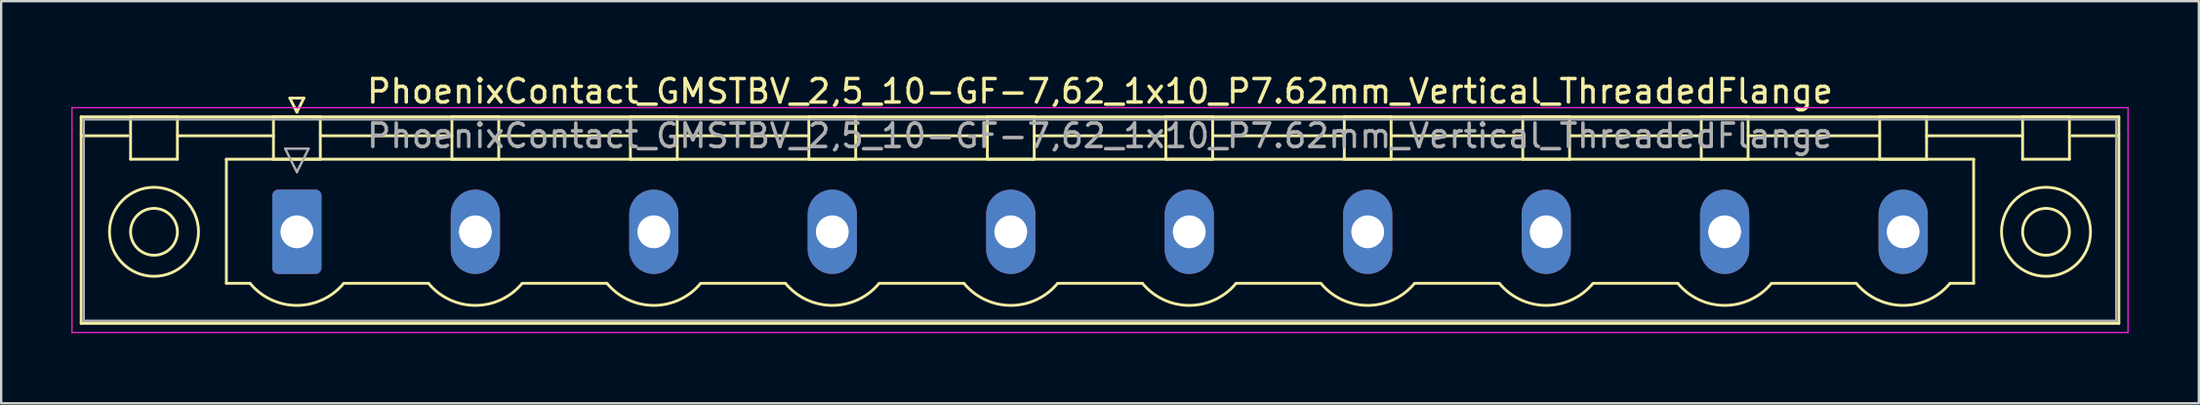
<source format=kicad_pcb>
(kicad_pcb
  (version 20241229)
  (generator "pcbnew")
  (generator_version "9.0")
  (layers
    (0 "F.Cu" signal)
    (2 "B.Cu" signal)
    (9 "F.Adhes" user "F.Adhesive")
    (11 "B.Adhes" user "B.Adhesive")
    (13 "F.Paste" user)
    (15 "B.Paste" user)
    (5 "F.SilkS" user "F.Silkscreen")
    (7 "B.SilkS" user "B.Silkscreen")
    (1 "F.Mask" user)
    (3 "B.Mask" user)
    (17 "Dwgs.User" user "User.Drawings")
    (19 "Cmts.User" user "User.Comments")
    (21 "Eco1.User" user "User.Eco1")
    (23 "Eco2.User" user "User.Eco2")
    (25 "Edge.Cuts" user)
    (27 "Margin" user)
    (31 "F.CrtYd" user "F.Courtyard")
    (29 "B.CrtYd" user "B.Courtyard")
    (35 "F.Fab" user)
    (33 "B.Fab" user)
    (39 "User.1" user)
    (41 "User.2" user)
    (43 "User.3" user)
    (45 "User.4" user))
  (footprint "PhoenixContact_GMSTBV_2,5_10-GF-7,62_1x10_P7.62mm_Vertical_ThreadedFlange"
    (layer "F.Cu")
    (at 9.625 6.848)
    (property "Reference" "PhoenixContact_GMSTBV_2,5_10-GF-7,62_1x10_P7.62mm_Vertical_ThreadedFlange" (at 34.29 -6 0) (layer "F.SilkS") (effects (font (size 1 1) (thickness 0.15))))
    (attr through_hole)
    (fp_line (start -9.21 -4.91) (end -9.21 3.91) (stroke (width 0.12) (type solid)) (layer "F.SilkS"))
    (fp_line (start -9.21 -4.1) (end -7.21 -4.1) (stroke (width 0.12) (type solid)) (layer "F.SilkS"))
    (fp_line (start -9.21 3.91) (end 77.79 3.91) (stroke (width 0.12) (type solid)) (layer "F.SilkS"))
    (fp_line (start -7.1 -4.91) (end -5.1 -4.91) (stroke (width 0.12) (type solid)) (layer "F.SilkS"))
    (fp_line (start -7.1 -3.1) (end -7.1 -4.91) (stroke (width 0.12) (type solid)) (layer "F.SilkS"))
    (fp_line (start -5.1 -4.91) (end -5.1 -3.1) (stroke (width 0.12) (type solid)) (layer "F.SilkS"))
    (fp_line (start -5.1 -4.1) (end -1 -4.1) (stroke (width 0.12) (type solid)) (layer "F.SilkS"))
    (fp_line (start -5.1 -3.1) (end -7.1 -3.1) (stroke (width 0.12) (type solid)) (layer "F.SilkS"))
    (fp_line (start -3.01 -3.1) (end 71.59 -3.1) (stroke (width 0.12) (type solid)) (layer "F.SilkS"))
    (fp_line (start -3.01 2.2) (end -3.01 -3.1) (stroke (width 0.12) (type solid)) (layer "F.SilkS"))
    (fp_line (start -2 2.2) (end -3.01 2.2) (stroke (width 0.12) (type solid)) (layer "F.SilkS"))
    (fp_line (start -1 -4.91) (end 1 -4.91) (stroke (width 0.12) (type solid)) (layer "F.SilkS"))
    (fp_line (start -1 -3.1) (end -1 -4.91) (stroke (width 0.12) (type solid)) (layer "F.SilkS"))
    (fp_line (start -0.3 -5.71) (end 0.3 -5.71) (stroke (width 0.12) (type solid)) (layer "F.SilkS"))
    (fp_line (start 0 -5.11) (end -0.3 -5.71) (stroke (width 0.12) (type solid)) (layer "F.SilkS"))
    (fp_line (start 0.3 -5.71) (end 0 -5.11) (stroke (width 0.12) (type solid)) (layer "F.SilkS"))
    (fp_line (start 1 -4.91) (end 1 -3.1) (stroke (width 0.12) (type solid)) (layer "F.SilkS"))
    (fp_line (start 1 -4.1) (end 6.62 -4.1) (stroke (width 0.12) (type solid)) (layer "F.SilkS"))
    (fp_line (start 1 -3.1) (end -1 -3.1) (stroke (width 0.12) (type solid)) (layer "F.SilkS"))
    (fp_line (start 2 2.2) (end 5.62 2.2) (stroke (width 0.12) (type solid)) (layer "F.SilkS"))
    (fp_line (start 6.62 -4.91) (end 8.62 -4.91) (stroke (width 0.12) (type solid)) (layer "F.SilkS"))
    (fp_line (start 6.62 -3.1) (end 6.62 -4.91) (stroke (width 0.12) (type solid)) (layer "F.SilkS"))
    (fp_line (start 8.62 -4.91) (end 8.62 -3.1) (stroke (width 0.12) (type solid)) (layer "F.SilkS"))
    (fp_line (start 8.62 -4.1) (end 14.24 -4.1) (stroke (width 0.12) (type solid)) (layer "F.SilkS"))
    (fp_line (start 8.62 -3.1) (end 6.62 -3.1) (stroke (width 0.12) (type solid)) (layer "F.SilkS"))
    (fp_line (start 9.62 2.2) (end 13.24 2.2) (stroke (width 0.12) (type solid)) (layer "F.SilkS"))
    (fp_line (start 14.24 -4.91) (end 16.24 -4.91) (stroke (width 0.12) (type solid)) (layer "F.SilkS"))
    (fp_line (start 14.24 -3.1) (end 14.24 -4.91) (stroke (width 0.12) (type solid)) (layer "F.SilkS"))
    (fp_line (start 16.24 -4.91) (end 16.24 -3.1) (stroke (width 0.12) (type solid)) (layer "F.SilkS"))
    (fp_line (start 16.24 -4.1) (end 21.86 -4.1) (stroke (width 0.12) (type solid)) (layer "F.SilkS"))
    (fp_line (start 16.24 -3.1) (end 14.24 -3.1) (stroke (width 0.12) (type solid)) (layer "F.SilkS"))
    (fp_line (start 17.24 2.2) (end 20.86 2.2) (stroke (width 0.12) (type solid)) (layer "F.SilkS"))
    (fp_line (start 21.86 -4.91) (end 23.86 -4.91) (stroke (width 0.12) (type solid)) (layer "F.SilkS"))
    (fp_line (start 21.86 -3.1) (end 21.86 -4.91) (stroke (width 0.12) (type solid)) (layer "F.SilkS"))
    (fp_line (start 23.86 -4.91) (end 23.86 -3.1) (stroke (width 0.12) (type solid)) (layer "F.SilkS"))
    (fp_line (start 23.86 -4.1) (end 29.48 -4.1) (stroke (width 0.12) (type solid)) (layer "F.SilkS"))
    (fp_line (start 23.86 -3.1) (end 21.86 -3.1) (stroke (width 0.12) (type solid)) (layer "F.SilkS"))
    (fp_line (start 24.86 2.2) (end 28.48 2.2) (stroke (width 0.12) (type solid)) (layer "F.SilkS"))
    (fp_line (start 29.48 -4.91) (end 31.48 -4.91) (stroke (width 0.12) (type solid)) (layer "F.SilkS"))
    (fp_line (start 29.48 -3.1) (end 29.48 -4.91) (stroke (width 0.12) (type solid)) (layer "F.SilkS"))
    (fp_line (start 31.48 -4.91) (end 31.48 -3.1) (stroke (width 0.12) (type solid)) (layer "F.SilkS"))
    (fp_line (start 31.48 -4.1) (end 37.1 -4.1) (stroke (width 0.12) (type solid)) (layer "F.SilkS"))
    (fp_line (start 31.48 -3.1) (end 29.48 -3.1) (stroke (width 0.12) (type solid)) (layer "F.SilkS"))
    (fp_line (start 32.48 2.2) (end 36.1 2.2) (stroke (width 0.12) (type solid)) (layer "F.SilkS"))
    (fp_line (start 37.1 -4.91) (end 39.1 -4.91) (stroke (width 0.12) (type solid)) (layer "F.SilkS"))
    (fp_line (start 37.1 -3.1) (end 37.1 -4.91) (stroke (width 0.12) (type solid)) (layer "F.SilkS"))
    (fp_line (start 39.1 -4.91) (end 39.1 -3.1) (stroke (width 0.12) (type solid)) (layer "F.SilkS"))
    (fp_line (start 39.1 -4.1) (end 44.72 -4.1) (stroke (width 0.12) (type solid)) (layer "F.SilkS"))
    (fp_line (start 39.1 -3.1) (end 37.1 -3.1) (stroke (width 0.12) (type solid)) (layer "F.SilkS"))
    (fp_line (start 40.1 2.2) (end 43.72 2.2) (stroke (width 0.12) (type solid)) (layer "F.SilkS"))
    (fp_line (start 44.72 -4.91) (end 46.72 -4.91) (stroke (width 0.12) (type solid)) (layer "F.SilkS"))
    (fp_line (start 44.72 -3.1) (end 44.72 -4.91) (stroke (width 0.12) (type solid)) (layer "F.SilkS"))
    (fp_line (start 46.72 -4.91) (end 46.72 -3.1) (stroke (width 0.12) (type solid)) (layer "F.SilkS"))
    (fp_line (start 46.72 -4.1) (end 52.34 -4.1) (stroke (width 0.12) (type solid)) (layer "F.SilkS"))
    (fp_line (start 46.72 -3.1) (end 44.72 -3.1) (stroke (width 0.12) (type solid)) (layer "F.SilkS"))
    (fp_line (start 47.72 2.2) (end 51.34 2.2) (stroke (width 0.12) (type solid)) (layer "F.SilkS"))
    (fp_line (start 52.34 -4.91) (end 54.34 -4.91) (stroke (width 0.12) (type solid)) (layer "F.SilkS"))
    (fp_line (start 52.34 -3.1) (end 52.34 -4.91) (stroke (width 0.12) (type solid)) (layer "F.SilkS"))
    (fp_line (start 54.34 -4.91) (end 54.34 -3.1) (stroke (width 0.12) (type solid)) (layer "F.SilkS"))
    (fp_line (start 54.34 -4.1) (end 59.96 -4.1) (stroke (width 0.12) (type solid)) (layer "F.SilkS"))
    (fp_line (start 54.34 -3.1) (end 52.34 -3.1) (stroke (width 0.12) (type solid)) (layer "F.SilkS"))
    (fp_line (start 55.34 2.2) (end 58.96 2.2) (stroke (width 0.12) (type solid)) (layer "F.SilkS"))
    (fp_line (start 59.96 -4.91) (end 61.96 -4.91) (stroke (width 0.12) (type solid)) (layer "F.SilkS"))
    (fp_line (start 59.96 -3.1) (end 59.96 -4.91) (stroke (width 0.12) (type solid)) (layer "F.SilkS"))
    (fp_line (start 61.96 -4.91) (end 61.96 -3.1) (stroke (width 0.12) (type solid)) (layer "F.SilkS"))
    (fp_line (start 61.96 -4.1) (end 67.58 -4.1) (stroke (width 0.12) (type solid)) (layer "F.SilkS"))
    (fp_line (start 61.96 -3.1) (end 59.96 -3.1) (stroke (width 0.12) (type solid)) (layer "F.SilkS"))
    (fp_line (start 62.96 2.2) (end 66.58 2.2) (stroke (width 0.12) (type solid)) (layer "F.SilkS"))
    (fp_line (start 67.58 -4.91) (end 69.58 -4.91) (stroke (width 0.12) (type solid)) (layer "F.SilkS"))
    (fp_line (start 67.58 -3.1) (end 67.58 -4.91) (stroke (width 0.12) (type solid)) (layer "F.SilkS"))
    (fp_line (start 69.58 -4.91) (end 69.58 -3.1) (stroke (width 0.12) (type solid)) (layer "F.SilkS"))
    (fp_line (start 69.58 -4.1) (end 73.68 -4.1) (stroke (width 0.12) (type solid)) (layer "F.SilkS"))
    (fp_line (start 69.58 -3.1) (end 67.58 -3.1) (stroke (width 0.12) (type solid)) (layer "F.SilkS"))
    (fp_line (start 71.59 -3.1) (end 71.59 2.2) (stroke (width 0.12) (type solid)) (layer "F.SilkS"))
    (fp_line (start 71.59 2.2) (end 70.58 2.2) (stroke (width 0.12) (type solid)) (layer "F.SilkS"))
    (fp_line (start 73.68 -4.91) (end 75.68 -4.91) (stroke (width 0.12) (type solid)) (layer "F.SilkS"))
    (fp_line (start 73.68 -3.1) (end 73.68 -4.91) (stroke (width 0.12) (type solid)) (layer "F.SilkS"))
    (fp_line (start 75.68 -4.91) (end 75.68 -3.1) (stroke (width 0.12) (type solid)) (layer "F.SilkS"))
    (fp_line (start 75.68 -3.1) (end 73.68 -3.1) (stroke (width 0.12) (type solid)) (layer "F.SilkS"))
    (fp_line (start 77.79 -4.91) (end -9.21 -4.91) (stroke (width 0.12) (type solid)) (layer "F.SilkS"))
    (fp_line (start 77.79 -4.1) (end 75.79 -4.1) (stroke (width 0.12) (type solid)) (layer "F.SilkS"))
    (fp_line (start 77.79 3.91) (end 77.79 -4.91) (stroke (width 0.12) (type solid)) (layer "F.SilkS"))
    (fp_arc (start 1.986842 2.215821) (mid -0.010289 3.142758) (end -2 2.2) (stroke (width 0.12) (type solid)) (layer "F.SilkS"))
    (fp_arc (start 9.606842 2.215821) (mid 7.609711 3.142758) (end 5.62 2.2) (stroke (width 0.12) (type solid)) (layer "F.SilkS"))
    (fp_arc (start 17.226842 2.215821) (mid 15.229711 3.142758) (end 13.24 2.2) (stroke (width 0.12) (type solid)) (layer "F.SilkS"))
    (fp_arc (start 24.846842 2.215821) (mid 22.849711 3.142758) (end 20.86 2.2) (stroke (width 0.12) (type solid)) (layer "F.SilkS"))
    (fp_arc (start 32.466842 2.215821) (mid 30.469711 3.142758) (end 28.48 2.2) (stroke (width 0.12) (type solid)) (layer "F.SilkS"))
    (fp_arc (start 40.086842 2.215821) (mid 38.089711 3.142758) (end 36.1 2.2) (stroke (width 0.12) (type solid)) (layer "F.SilkS"))
    (fp_arc (start 47.706842 2.215821) (mid 45.709711 3.142758) (end 43.72 2.2) (stroke (width 0.12) (type solid)) (layer "F.SilkS"))
    (fp_arc (start 55.326842 2.215821) (mid 53.329711 3.142758) (end 51.34 2.2) (stroke (width 0.12) (type solid)) (layer "F.SilkS"))
    (fp_arc (start 62.946842 2.215821) (mid 60.949711 3.142758) (end 58.96 2.2) (stroke (width 0.12) (type solid)) (layer "F.SilkS"))
    (fp_arc (start 70.566842 2.215821) (mid 68.569711 3.142758) (end 66.58 2.2) (stroke (width 0.12) (type solid)) (layer "F.SilkS"))
    (fp_circle (center -6.1 0) (end -5.1 0) (stroke (width 0.12) (type solid)) (fill no) (layer "F.SilkS"))
    (fp_circle (center -6.1 0) (end -4.2 0) (stroke (width 0.12) (type solid)) (fill no) (layer "F.SilkS"))
    (fp_circle (center 74.68 0) (end 75.68 0) (stroke (width 0.12) (type solid)) (fill no) (layer "F.SilkS"))
    (fp_circle (center 74.68 0) (end 76.58 0) (stroke (width 0.12) (type solid)) (fill no) (layer "F.SilkS"))
    (fp_line (start -9.6 -5.3) (end -9.6 4.3) (stroke (width 0.05) (type solid)) (layer "F.CrtYd"))
    (fp_line (start -9.6 4.3) (end 78.18 4.3) (stroke (width 0.05) (type solid)) (layer "F.CrtYd"))
    (fp_line (start 78.18 -5.3) (end -9.6 -5.3) (stroke (width 0.05) (type solid)) (layer "F.CrtYd"))
    (fp_line (start 78.18 4.3) (end 78.18 -5.3) (stroke (width 0.05) (type solid)) (layer "F.CrtYd"))
    (fp_line (start -9.1 -4.8) (end -9.1 3.8) (stroke (width 0.1) (type solid)) (layer "F.Fab"))
    (fp_line (start -9.1 3.8) (end 77.68 3.8) (stroke (width 0.1) (type solid)) (layer "F.Fab"))
    (fp_line (start -0.5 -3.55) (end 0.5 -3.55) (stroke (width 0.1) (type solid)) (layer "F.Fab"))
    (fp_line (start 0 -2.55) (end -0.5 -3.55) (stroke (width 0.1) (type solid)) (layer "F.Fab"))
    (fp_line (start 0.5 -3.55) (end 0 -2.55) (stroke (width 0.1) (type solid)) (layer "F.Fab"))
    (fp_line (start 77.68 -4.8) (end -9.1 -4.8) (stroke (width 0.1) (type solid)) (layer "F.Fab"))
    (fp_line (start 77.68 3.8) (end 77.68 -4.8) (stroke (width 0.1) (type solid)) (layer "F.Fab"))
    (fp_text user "${REFERENCE}" (at 34.29 -4.1 0) (layer "F.Fab") (effects (font (size 1 1) (thickness 0.15))))
    (pad "1" thru_hole roundrect (at 0 0) (size 2.1 3.6) (drill 1.4) (layers "*.Cu" "*.Mask") (roundrect_rratio 0.119))
    (pad "2" thru_hole oval (at 7.62 0) (size 2.1 3.6) (drill 1.4) (layers "*.Cu" "*.Mask"))
    (pad "3" thru_hole oval (at 15.24 0) (size 2.1 3.6) (drill 1.4) (layers "*.Cu" "*.Mask"))
    (pad "4" thru_hole oval (at 22.86 0) (size 2.1 3.6) (drill 1.4) (layers "*.Cu" "*.Mask"))
    (pad "5" thru_hole oval (at 30.48 0) (size 2.1 3.6) (drill 1.4) (layers "*.Cu" "*.Mask"))
    (pad "6" thru_hole oval (at 38.1 0) (size 2.1 3.6) (drill 1.4) (layers "*.Cu" "*.Mask"))
    (pad "7" thru_hole oval (at 45.72 0) (size 2.1 3.6) (drill 1.4) (layers "*.Cu" "*.Mask"))
    (pad "8" thru_hole oval (at 53.34 0) (size 2.1 3.6) (drill 1.4) (layers "*.Cu" "*.Mask"))
    (pad "9" thru_hole oval (at 60.96 0) (size 2.1 3.6) (drill 1.4) (layers "*.Cu" "*.Mask"))
    (pad "10" thru_hole oval (at 68.58 0) (size 2.1 3.6) (drill 1.4) (layers "*.Cu" "*.Mask")))
  (gr_rect
    (start -3 -3)
    (end 90.83 14.173)
    (stroke (width 0.1) (type default))
    (fill no)
    (layer "Edge.Cuts")))
</source>
